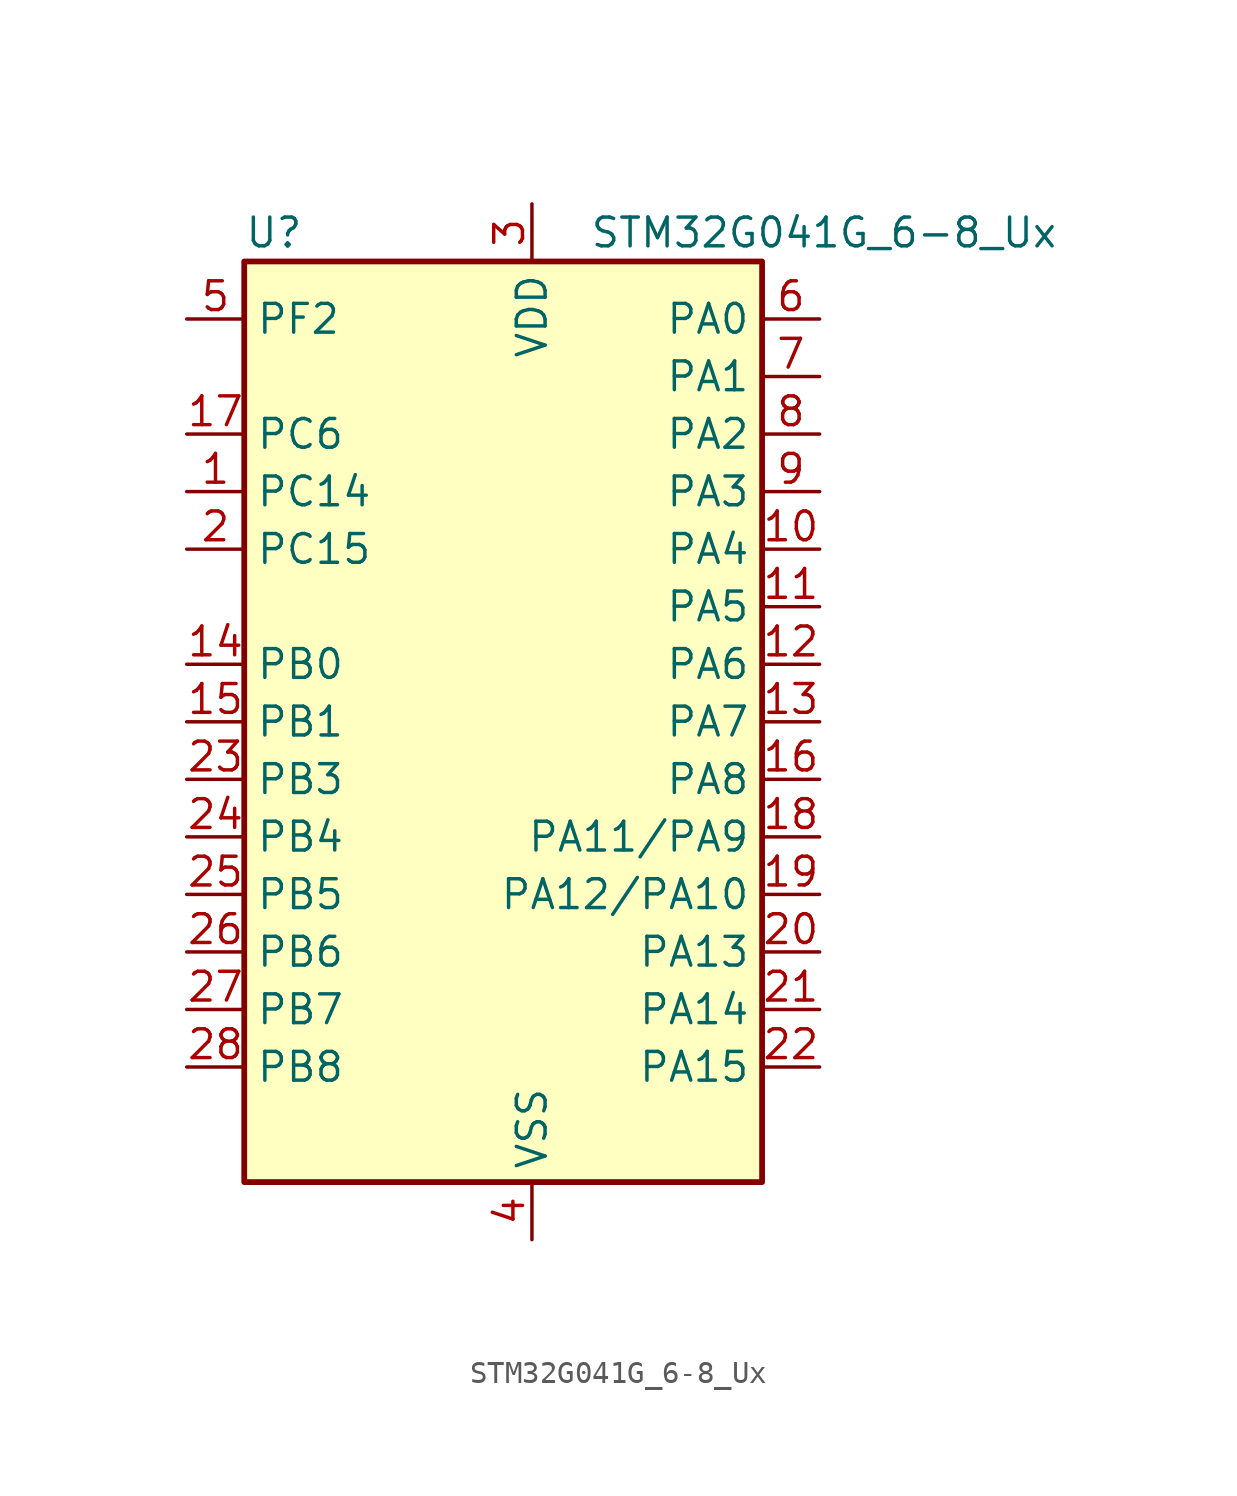
<source format=kicad_sym>
(kicad_symbol_lib
  (version 20231120)
  (generator "kicad_symbol_editor")
  (generator_version "8.0")
  (symbol "STM32G041G_6-8_Ux"
    (property "Reference" "U"
      (at -10.16 21.59 0)
      (effects (font (size 1.27 1.27)) (justify left)))
    (property "Value" "STM32G041G_6-8_Ux"
      (at 5.08 21.59 0)
      (effects (font (size 1.27 1.27)) (justify left)))
    (property "ki_locked" ""
      (at 0 0 0)
      (effects (font (size 1.27 1.27))))
    (symbol "STM32G041G_6-8_Ux_0_1"
      (rectangle (start -10.16 -20.32) (end 12.7 20.32) (stroke (width 0.254) (type default)) (fill (type background))))
    (symbol "STM32G041G_6-8_Ux_1_1"
      (pin bidirectional line (at -12.7 10.16 0) (length 2.54) (name "PC14" (effects (font (size 1.27 1.27)))) (number "1" (effects (font (size 1.27 1.27)))) (alternate "RCC_OSC32_IN" bidirectional line) (alternate "RCC_OSC_IN" bidirectional line) (alternate "TIM1_BK2" bidirectional line))
      (pin bidirectional line (at 15.24 7.62 180) (length 2.54) (name "PA4" (effects (font (size 1.27 1.27)))) (number "10" (effects (font (size 1.27 1.27)))) (alternate "ADC1_IN4" bidirectional line) (alternate "I2S1_WS" bidirectional line) (alternate "LPTIM2_OUT" bidirectional line) (alternate "RTC_OUT_ALARM" bidirectional line) (alternate "RTC_OUT_CALIB" bidirectional line) (alternate "RTC_TAMP_IN1" bidirectional line) (alternate "RTC_TS" bidirectional line) (alternate "SPI1_NSS" bidirectional line) (alternate "SPI2_MOSI" bidirectional line) (alternate "SYS_WKUP2" bidirectional line) (alternate "TIM14_CH1" bidirectional line))
      (pin bidirectional line (at 15.24 5.08 180) (length 2.54) (name "PA5" (effects (font (size 1.27 1.27)))) (number "11" (effects (font (size 1.27 1.27)))) (alternate "ADC1_IN5" bidirectional line) (alternate "I2S1_CK" bidirectional line) (alternate "LPTIM2_ETR" bidirectional line) (alternate "SPI1_SCK" bidirectional line) (alternate "TIM2_CH1" bidirectional line) (alternate "TIM2_ETR" bidirectional line))
      (pin bidirectional line (at 15.24 2.54 180) (length 2.54) (name "PA6" (effects (font (size 1.27 1.27)))) (number "12" (effects (font (size 1.27 1.27)))) (alternate "ADC1_IN6" bidirectional line) (alternate "I2S1_MCK" bidirectional line) (alternate "LPUART1_CTS" bidirectional line) (alternate "SPI1_MISO" bidirectional line) (alternate "TIM16_CH1" bidirectional line) (alternate "TIM1_BK" bidirectional line) (alternate "TIM3_CH1" bidirectional line))
      (pin bidirectional line (at 15.24 0 180) (length 2.54) (name "PA7" (effects (font (size 1.27 1.27)))) (number "13" (effects (font (size 1.27 1.27)))) (alternate "ADC1_IN7" bidirectional line) (alternate "I2S1_SD" bidirectional line) (alternate "SPI1_MOSI" bidirectional line) (alternate "TIM14_CH1" bidirectional line) (alternate "TIM17_CH1" bidirectional line) (alternate "TIM1_CH1N" bidirectional line) (alternate "TIM3_CH2" bidirectional line))
      (pin bidirectional line (at -12.7 2.54 0) (length 2.54) (name "PB0" (effects (font (size 1.27 1.27)))) (number "14" (effects (font (size 1.27 1.27)))) (alternate "ADC1_IN8" bidirectional line) (alternate "I2S1_WS" bidirectional line) (alternate "LPTIM1_OUT" bidirectional line) (alternate "SPI1_NSS" bidirectional line) (alternate "TIM1_CH2N" bidirectional line) (alternate "TIM3_CH3" bidirectional line))
      (pin bidirectional line (at -12.7 0 0) (length 2.54) (name "PB1" (effects (font (size 1.27 1.27)))) (number "15" (effects (font (size 1.27 1.27)))) (alternate "ADC1_IN9" bidirectional line) (alternate "LPTIM2_IN1" bidirectional line) (alternate "LPUART1_DE" bidirectional line) (alternate "LPUART1_RTS" bidirectional line) (alternate "TIM14_CH1" bidirectional line) (alternate "TIM1_CH3N" bidirectional line) (alternate "TIM3_CH4" bidirectional line))
      (pin bidirectional line (at 15.24 -2.54 180) (length 2.54) (name "PA8" (effects (font (size 1.27 1.27)))) (number "16" (effects (font (size 1.27 1.27)))) (alternate "LPTIM2_OUT" bidirectional line) (alternate "RCC_MCO" bidirectional line) (alternate "SPI2_NSS" bidirectional line) (alternate "TIM1_CH1" bidirectional line))
      (pin bidirectional line (at -12.7 12.7 0) (length 2.54) (name "PC6" (effects (font (size 1.27 1.27)))) (number "17" (effects (font (size 1.27 1.27)))) (alternate "TIM2_CH3" bidirectional line) (alternate "TIM3_CH1" bidirectional line))
      (pin bidirectional line (at 15.24 -5.08 180) (length 2.54) (name "PA11/PA9" (effects (font (size 1.27 1.27)))) (number "18" (effects (font (size 1.27 1.27)))) (alternate "ADC1_EXTI11" bidirectional line) (alternate "ADC1_IN15" bidirectional line) (alternate "I2C2_SCL" bidirectional line) (alternate "I2S1_MCK" bidirectional line) (alternate "SPI1_MISO" bidirectional line) (alternate "TIM1_BK2" bidirectional line) (alternate "TIM1_CH4" bidirectional line) (alternate "USART1_CTS" bidirectional line) (alternate "USART1_NSS" bidirectional line))
      (pin bidirectional line (at 15.24 -7.62 180) (length 2.54) (name "PA12/PA10" (effects (font (size 1.27 1.27)))) (number "19" (effects (font (size 1.27 1.27)))) (alternate "ADC1_IN16" bidirectional line) (alternate "I2C2_SDA" bidirectional line) (alternate "I2S1_SD" bidirectional line) (alternate "I2S_CKIN" bidirectional line) (alternate "SPI1_MOSI" bidirectional line) (alternate "TIM1_ETR" bidirectional line) (alternate "USART1_CK" bidirectional line) (alternate "USART1_DE" bidirectional line) (alternate "USART1_RTS" bidirectional line))
      (pin bidirectional line (at -12.7 7.62 0) (length 2.54) (name "PC15" (effects (font (size 1.27 1.27)))) (number "2" (effects (font (size 1.27 1.27)))) (alternate "RCC_OSC32_EN" bidirectional line) (alternate "RCC_OSC32_OUT" bidirectional line) (alternate "RCC_OSC_EN" bidirectional line))
      (pin bidirectional line (at 15.24 -10.16 180) (length 2.54) (name "PA13" (effects (font (size 1.27 1.27)))) (number "20" (effects (font (size 1.27 1.27)))) (alternate "ADC1_IN17" bidirectional line) (alternate "IR_OUT" bidirectional line) (alternate "SYS_SWDIO" bidirectional line))
      (pin bidirectional line (at 15.24 -12.7 180) (length 2.54) (name "PA14" (effects (font (size 1.27 1.27)))) (number "21" (effects (font (size 1.27 1.27)))) (alternate "ADC1_IN18" bidirectional line) (alternate "SYS_SWCLK" bidirectional line) (alternate "USART2_TX" bidirectional line))
      (pin bidirectional line (at 15.24 -15.24 180) (length 2.54) (name "PA15" (effects (font (size 1.27 1.27)))) (number "22" (effects (font (size 1.27 1.27)))) (alternate "I2S1_WS" bidirectional line) (alternate "SPI1_NSS" bidirectional line) (alternate "TIM2_CH1" bidirectional line) (alternate "TIM2_ETR" bidirectional line) (alternate "USART2_RX" bidirectional line))
      (pin bidirectional line (at -12.7 -2.54 0) (length 2.54) (name "PB3" (effects (font (size 1.27 1.27)))) (number "23" (effects (font (size 1.27 1.27)))) (alternate "I2S1_CK" bidirectional line) (alternate "SPI1_SCK" bidirectional line) (alternate "TIM1_CH2" bidirectional line) (alternate "TIM2_CH2" bidirectional line) (alternate "USART1_CK" bidirectional line) (alternate "USART1_DE" bidirectional line) (alternate "USART1_RTS" bidirectional line))
      (pin bidirectional line (at -12.7 -5.08 0) (length 2.54) (name "PB4" (effects (font (size 1.27 1.27)))) (number "24" (effects (font (size 1.27 1.27)))) (alternate "I2S1_MCK" bidirectional line) (alternate "SPI1_MISO" bidirectional line) (alternate "TIM17_BK" bidirectional line) (alternate "TIM3_CH1" bidirectional line) (alternate "USART1_CTS" bidirectional line) (alternate "USART1_NSS" bidirectional line))
      (pin bidirectional line (at -12.7 -7.62 0) (length 2.54) (name "PB5" (effects (font (size 1.27 1.27)))) (number "25" (effects (font (size 1.27 1.27)))) (alternate "I2C1_SMBA" bidirectional line) (alternate "I2S1_SD" bidirectional line) (alternate "LPTIM1_IN1" bidirectional line) (alternate "SPI1_MOSI" bidirectional line) (alternate "SYS_WKUP6" bidirectional line) (alternate "TIM16_BK" bidirectional line) (alternate "TIM3_CH2" bidirectional line))
      (pin bidirectional line (at -12.7 -10.16 0) (length 2.54) (name "PB6" (effects (font (size 1.27 1.27)))) (number "26" (effects (font (size 1.27 1.27)))) (alternate "I2C1_SCL" bidirectional line) (alternate "LPTIM1_ETR" bidirectional line) (alternate "SPI2_MISO" bidirectional line) (alternate "TIM16_CH1N" bidirectional line) (alternate "TIM1_CH3" bidirectional line) (alternate "USART1_TX" bidirectional line))
      (pin bidirectional line (at -12.7 -12.7 0) (length 2.54) (name "PB7" (effects (font (size 1.27 1.27)))) (number "27" (effects (font (size 1.27 1.27)))) (alternate "ADC1_IN11" bidirectional line) (alternate "I2C1_SDA" bidirectional line) (alternate "LPTIM1_IN2" bidirectional line) (alternate "SPI2_MOSI" bidirectional line) (alternate "SYS_PVD_IN" bidirectional line) (alternate "TIM17_CH1N" bidirectional line) (alternate "USART1_RX" bidirectional line))
      (pin bidirectional line (at -12.7 -15.24 0) (length 2.54) (name "PB8" (effects (font (size 1.27 1.27)))) (number "28" (effects (font (size 1.27 1.27)))) (alternate "I2C1_SCL" bidirectional line) (alternate "SPI2_SCK" bidirectional line) (alternate "TIM16_CH1" bidirectional line))
      (pin power_in line (at 2.54 22.86 270) (length 2.54) (name "VDD" (effects (font (size 1.27 1.27)))) (number "3" (effects (font (size 1.27 1.27)))))
      (pin power_in line (at 2.54 -22.86 90) (length 2.54) (name "VSS" (effects (font (size 1.27 1.27)))) (number "4" (effects (font (size 1.27 1.27)))))
      (pin bidirectional line (at -12.7 17.78 0) (length 2.54) (name "PF2" (effects (font (size 1.27 1.27)))) (number "5" (effects (font (size 1.27 1.27)))) (alternate "RCC_MCO" bidirectional line))
      (pin bidirectional line (at 15.24 17.78 180) (length 2.54) (name "PA0" (effects (font (size 1.27 1.27)))) (number "6" (effects (font (size 1.27 1.27)))) (alternate "ADC1_IN0" bidirectional line) (alternate "LPTIM1_OUT" bidirectional line) (alternate "RTC_TAMP_IN2" bidirectional line) (alternate "SPI2_SCK" bidirectional line) (alternate "SYS_WKUP1" bidirectional line) (alternate "TIM2_CH1" bidirectional line) (alternate "TIM2_ETR" bidirectional line) (alternate "USART2_CTS" bidirectional line) (alternate "USART2_NSS" bidirectional line))
      (pin bidirectional line (at 15.24 15.24 180) (length 2.54) (name "PA1" (effects (font (size 1.27 1.27)))) (number "7" (effects (font (size 1.27 1.27)))) (alternate "ADC1_IN1" bidirectional line) (alternate "I2C1_SMBA" bidirectional line) (alternate "I2S1_CK" bidirectional line) (alternate "SPI1_SCK" bidirectional line) (alternate "TIM2_CH2" bidirectional line) (alternate "USART2_CK" bidirectional line) (alternate "USART2_DE" bidirectional line) (alternate "USART2_RTS" bidirectional line))
      (pin bidirectional line (at 15.24 12.7 180) (length 2.54) (name "PA2" (effects (font (size 1.27 1.27)))) (number "8" (effects (font (size 1.27 1.27)))) (alternate "ADC1_IN2" bidirectional line) (alternate "I2S1_SD" bidirectional line) (alternate "LPUART1_TX" bidirectional line) (alternate "RCC_LSCO" bidirectional line) (alternate "SPI1_MOSI" bidirectional line) (alternate "SYS_WKUP4" bidirectional line) (alternate "TIM2_CH3" bidirectional line) (alternate "USART2_TX" bidirectional line))
      (pin bidirectional line (at 15.24 10.16 180) (length 2.54) (name "PA3" (effects (font (size 1.27 1.27)))) (number "9" (effects (font (size 1.27 1.27)))) (alternate "ADC1_IN3" bidirectional line) (alternate "LPUART1_RX" bidirectional line) (alternate "SPI2_MISO" bidirectional line) (alternate "TIM2_CH4" bidirectional line) (alternate "USART2_RX" bidirectional line)))))
</source>
